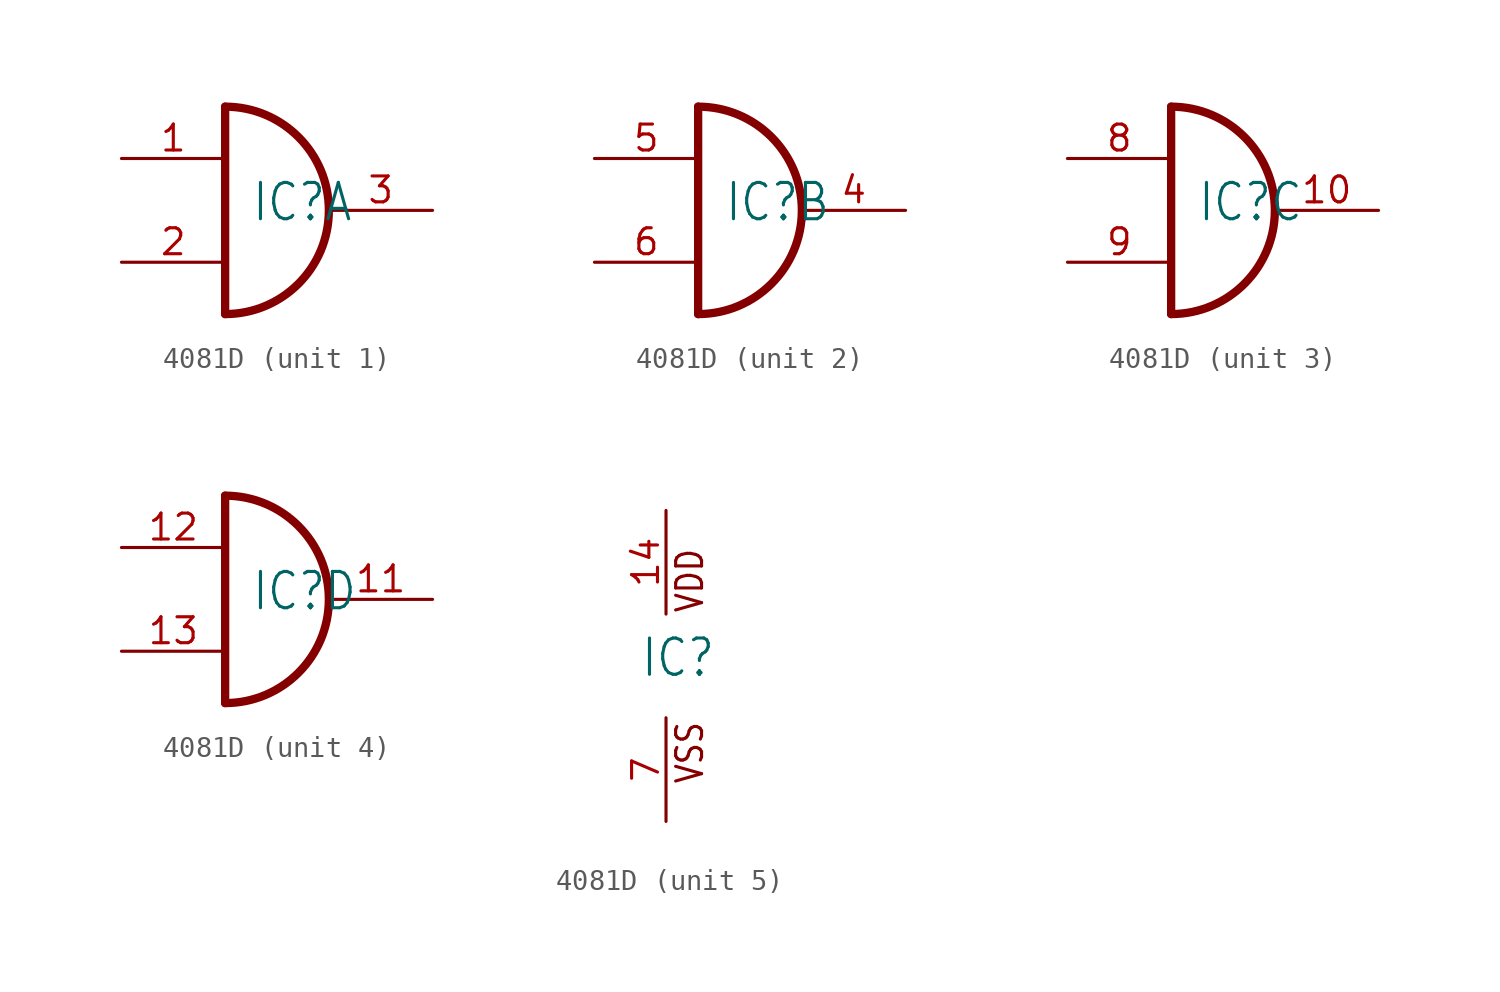
<source format=kicad_sym>
(kicad_symbol_lib
  (version 20211014)
  (generator kicad_symbol_editor)
  (symbol "4081D"
    (property "Reference" "IC"
      (at -1.27 -0.635 0)
      (effects (font (size 1.778 1.511)) (justify left bottom)))
    (property "ki_locked" ""
      (at 0 0 0)
      (effects (font (size 1.27 1.27))))
    (symbol "4081D_1_0"
      (arc (start -2.54 -5.08) (mid 2.54 0) (end -2.54 5.08) (stroke (width 0.4064) (type default) (color 0 0 0 0)) (fill (type none)))
      (polyline (pts (xy -2.54 5.08) (xy -2.54 -5.08)) (stroke (width 0.406) (type default) (color 0 0 0 0)) (fill (type none)))
      (pin input line (at -7.62 2.54 0) (length 5.08) (name "I0" (effects (font (size 0 0)))) (number "1" (effects (font (size 1.27 1.27)))))
      (pin input line (at -7.62 -2.54 0) (length 5.08) (name "I1" (effects (font (size 0 0)))) (number "2" (effects (font (size 1.27 1.27)))))
      (pin output line (at 7.62 0 180) (length 5.08) (name "O" (effects (font (size 0 0)))) (number "3" (effects (font (size 1.27 1.27))))))
    (symbol "4081D_2_0"
      (arc (start -2.54 -5.08) (mid 2.54 0) (end -2.54 5.08) (stroke (width 0.4064) (type default) (color 0 0 0 0)) (fill (type none)))
      (polyline (pts (xy -2.54 5.08) (xy -2.54 -5.08)) (stroke (width 0.406) (type default) (color 0 0 0 0)) (fill (type none)))
      (pin output line (at 7.62 0 180) (length 5.08) (name "O" (effects (font (size 0 0)))) (number "4" (effects (font (size 1.27 1.27)))))
      (pin input line (at -7.62 2.54 0) (length 5.08) (name "I0" (effects (font (size 0 0)))) (number "5" (effects (font (size 1.27 1.27)))))
      (pin input line (at -7.62 -2.54 0) (length 5.08) (name "I1" (effects (font (size 0 0)))) (number "6" (effects (font (size 1.27 1.27))))))
    (symbol "4081D_3_0"
      (arc (start -2.54 -5.08) (mid 2.54 0) (end -2.54 5.08) (stroke (width 0.4064) (type default) (color 0 0 0 0)) (fill (type none)))
      (polyline (pts (xy -2.54 5.08) (xy -2.54 -5.08)) (stroke (width 0.406) (type default) (color 0 0 0 0)) (fill (type none)))
      (pin output line (at 7.62 0 180) (length 5.08) (name "O" (effects (font (size 0 0)))) (number "10" (effects (font (size 1.27 1.27)))))
      (pin input line (at -7.62 2.54 0) (length 5.08) (name "I0" (effects (font (size 0 0)))) (number "8" (effects (font (size 1.27 1.27)))))
      (pin input line (at -7.62 -2.54 0) (length 5.08) (name "I1" (effects (font (size 0 0)))) (number "9" (effects (font (size 1.27 1.27))))))
    (symbol "4081D_4_0"
      (arc (start -2.54 -5.08) (mid 2.54 0) (end -2.54 5.08) (stroke (width 0.4064) (type default) (color 0 0 0 0)) (fill (type none)))
      (polyline (pts (xy -2.54 5.08) (xy -2.54 -5.08)) (stroke (width 0.406) (type default) (color 0 0 0 0)) (fill (type none)))
      (pin output line (at 7.62 0 180) (length 5.08) (name "O" (effects (font (size 0 0)))) (number "11" (effects (font (size 1.27 1.27)))))
      (pin input line (at -7.62 2.54 0) (length 5.08) (name "I0" (effects (font (size 0 0)))) (number "12" (effects (font (size 1.27 1.27)))))
      (pin input line (at -7.62 -2.54 0) (length 5.08) (name "I1" (effects (font (size 0 0)))) (number "13" (effects (font (size 1.27 1.27))))))
    (symbol "4081D_5_0"
      (text "VDD" (at 1.905 2.54 900) (effects (font (size 1.27 1.079)) (justify left bottom)))
      (text "VSS" (at 1.905 -5.842 900) (effects (font (size 1.27 1.079)) (justify left bottom)))
      (pin power_in line (at 0 7.62 270) (length 5.08) (name "VDD" (effects (font (size 0 0)))) (number "14" (effects (font (size 1.27 1.27)))))
      (pin power_in line (at 0 -7.62 90) (length 5.08) (name "VSS" (effects (font (size 0 0)))) (number "7" (effects (font (size 1.27 1.27))))))))
</source>
